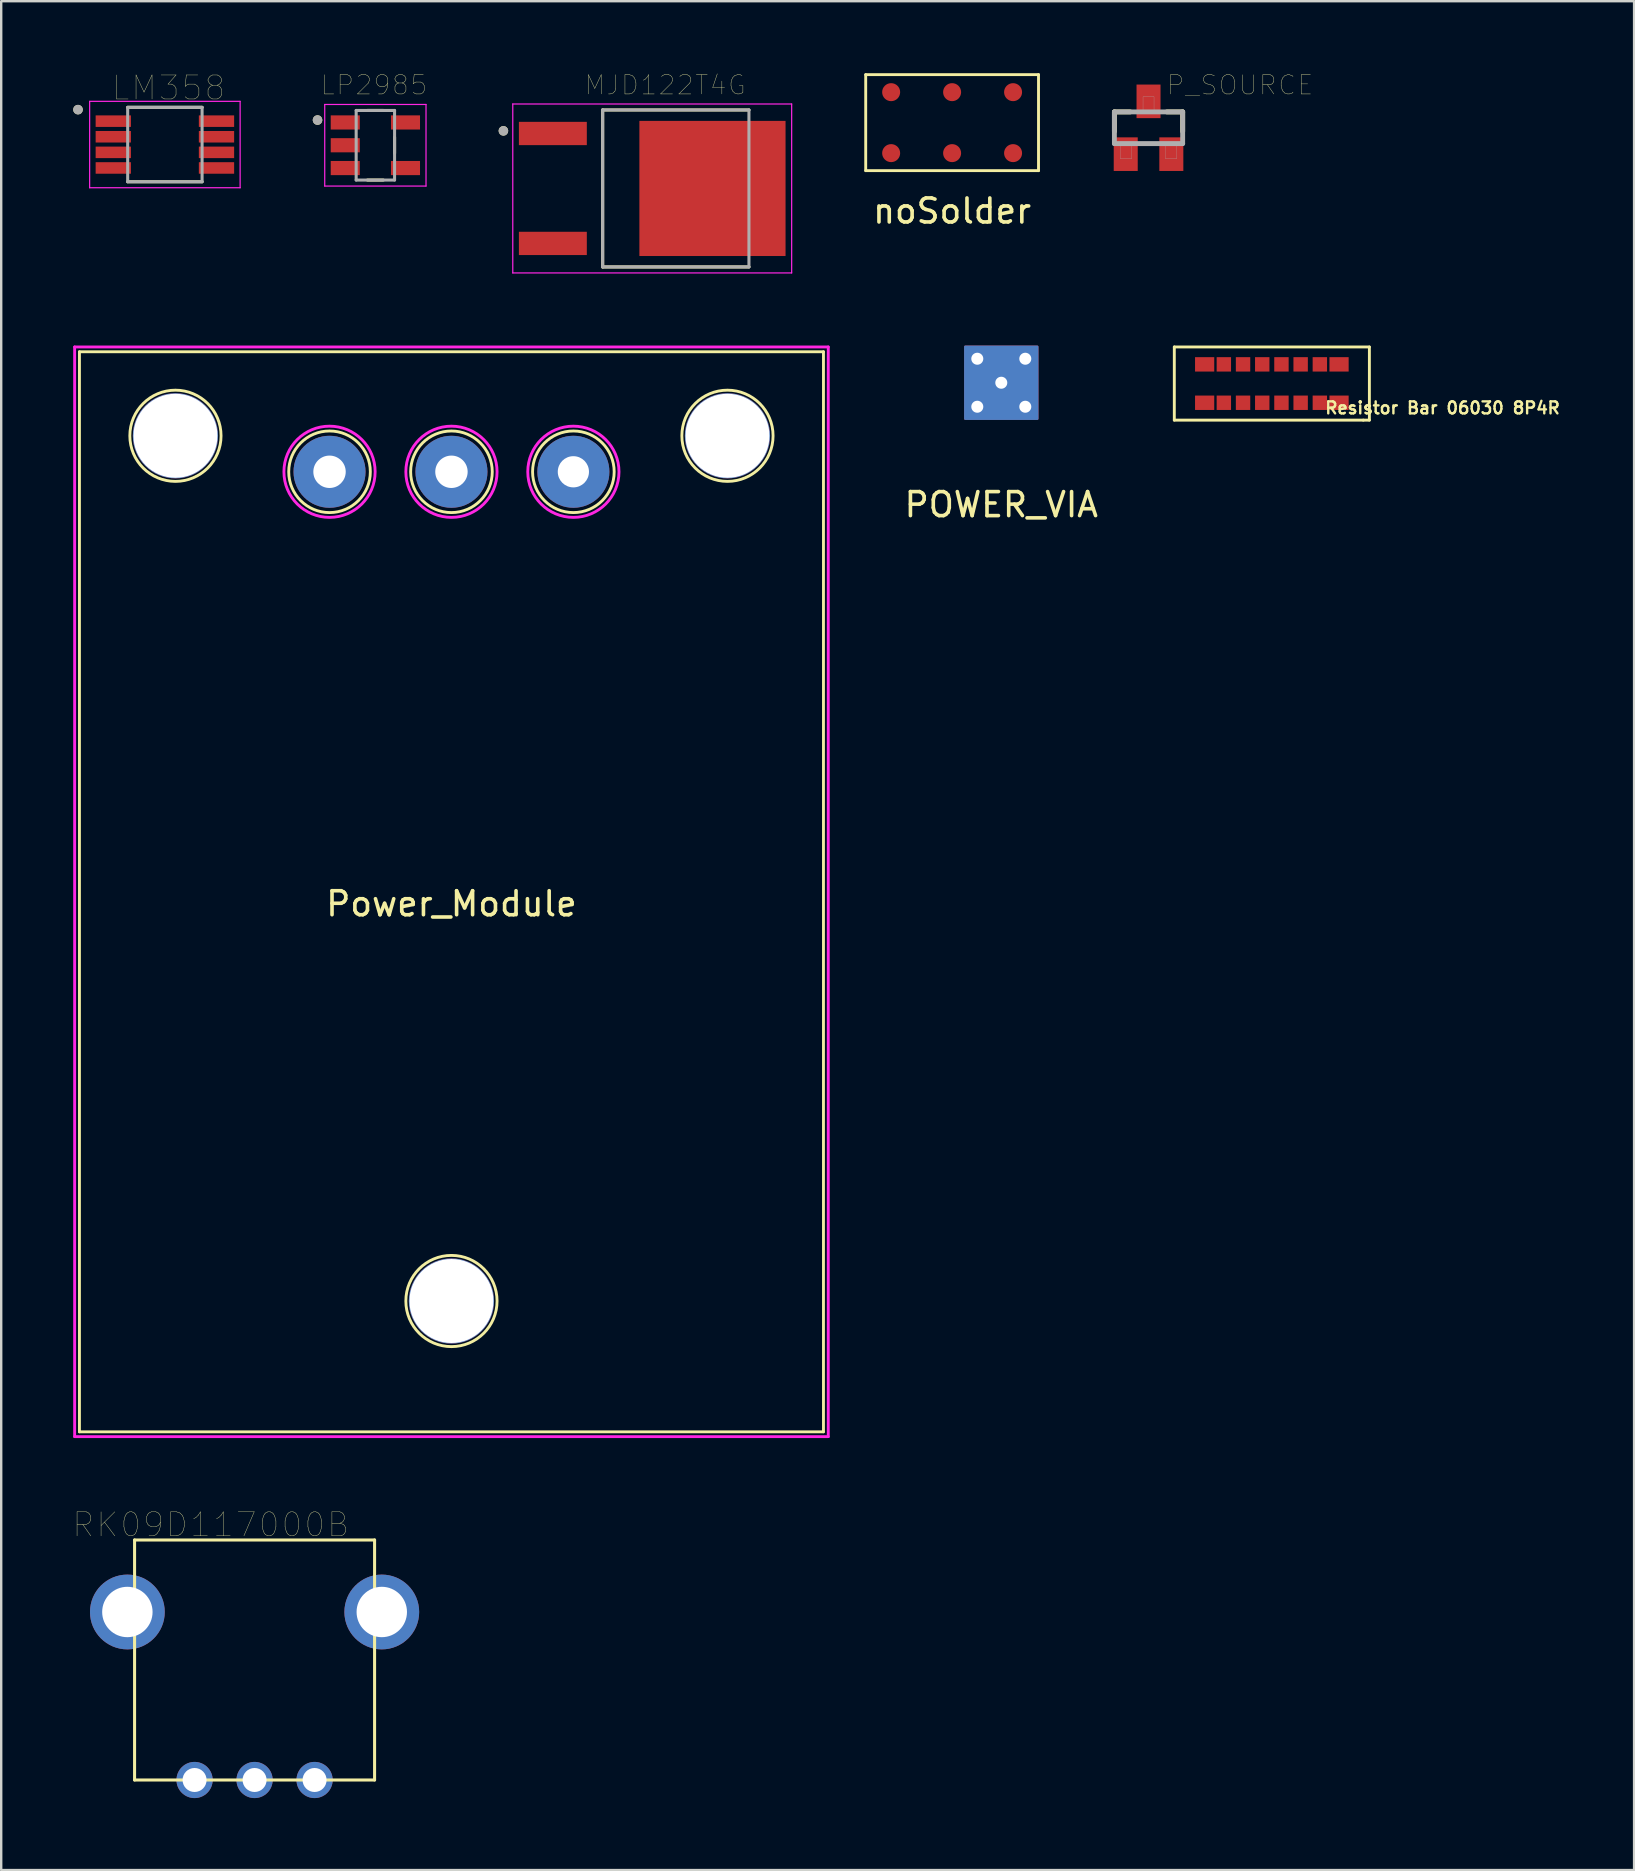
<source format=kicad_pcb>
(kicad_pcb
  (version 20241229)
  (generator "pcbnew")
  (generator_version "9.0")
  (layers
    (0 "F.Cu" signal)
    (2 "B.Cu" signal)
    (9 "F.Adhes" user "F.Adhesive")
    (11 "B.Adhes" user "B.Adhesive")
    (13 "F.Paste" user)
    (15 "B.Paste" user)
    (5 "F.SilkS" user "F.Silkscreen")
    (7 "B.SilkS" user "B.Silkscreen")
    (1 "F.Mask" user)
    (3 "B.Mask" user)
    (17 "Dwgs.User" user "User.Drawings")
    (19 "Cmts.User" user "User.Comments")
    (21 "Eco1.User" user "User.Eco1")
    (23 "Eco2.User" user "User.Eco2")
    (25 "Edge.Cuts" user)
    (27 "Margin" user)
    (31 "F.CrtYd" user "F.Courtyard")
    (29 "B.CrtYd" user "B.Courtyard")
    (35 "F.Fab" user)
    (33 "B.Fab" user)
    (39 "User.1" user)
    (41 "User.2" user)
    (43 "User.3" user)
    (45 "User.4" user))
  (footprint "LM358"
    (layer "F.Cu")
    (at 3.82 2.973)
    (property "Reference" "LM358" (at 0.155 -2.362 0) (layer "F.SilkS") (effects (font (size 1 1) (thickness 0.015))))
    (attr through_hole)
    (fp_line (start -1.55 -1.55) (end 1.55 -1.55) (stroke (width 0.127) (type solid)) (layer "F.SilkS"))
    (fp_line (start -1.55 1.55) (end 1.55 1.55) (stroke (width 0.127) (type solid)) (layer "F.SilkS"))
    (fp_circle (center -3.62 -1.455) (end -3.52 -1.455) (stroke (width 0.2) (type solid)) (fill no) (layer "F.SilkS"))
    (fp_line (start -3.135 -1.8) (end -3.135 1.8) (stroke (width 0.05) (type solid)) (layer "F.CrtYd"))
    (fp_line (start -3.135 -1.8) (end 3.135 -1.8) (stroke (width 0.05) (type solid)) (layer "F.CrtYd"))
    (fp_line (start -3.135 1.8) (end 3.135 1.8) (stroke (width 0.05) (type solid)) (layer "F.CrtYd"))
    (fp_line (start 3.135 -1.8) (end 3.135 1.8) (stroke (width 0.05) (type solid)) (layer "F.CrtYd"))
    (fp_line (start -1.55 -1.55) (end -1.55 1.55) (stroke (width 0.127) (type solid)) (layer "F.Fab"))
    (fp_line (start -1.55 -1.55) (end 1.55 -1.55) (stroke (width 0.127) (type solid)) (layer "F.Fab"))
    (fp_line (start -1.55 1.55) (end 1.55 1.55) (stroke (width 0.127) (type solid)) (layer "F.Fab"))
    (fp_line (start 1.55 -1.55) (end 1.55 1.55) (stroke (width 0.127) (type solid)) (layer "F.Fab"))
    (fp_circle (center -3.62 -1.455) (end -3.52 -1.455) (stroke (width 0.2) (type solid)) (fill no) (layer "F.Fab"))
    (pad "1" smd rect (at -2.15 -0.975) (size 1.47 0.48) (layers "F.Cu" "F.Mask" "F.Paste"))
    (pad "2" smd rect (at -2.15 -0.325) (size 1.47 0.48) (layers "F.Cu" "F.Mask" "F.Paste"))
    (pad "3" smd rect (at -2.15 0.325) (size 1.47 0.48) (layers "F.Cu" "F.Mask" "F.Paste"))
    (pad "4" smd rect (at -2.15 0.975) (size 1.47 0.48) (layers "F.Cu" "F.Mask" "F.Paste"))
    (pad "5" smd rect (at 2.15 0.975) (size 1.47 0.48) (layers "F.Cu" "F.Mask" "F.Paste"))
    (pad "6" smd rect (at 2.15 0.325) (size 1.47 0.48) (layers "F.Cu" "F.Mask" "F.Paste"))
    (pad "7" smd rect (at 2.15 -0.325) (size 1.47 0.48) (layers "F.Cu" "F.Mask" "F.Paste"))
    (pad "8" smd rect (at 2.15 -0.975) (size 1.47 0.48) (layers "F.Cu" "F.Mask" "F.Paste")))
  (footprint "Power_Module"
    (layer "F.Cu")
    (at 15.76 34.107)
    (property "Reference" "Power_Module" (at 0 0.5 0) (layer "F.SilkS") (effects (font (size 1 1) (thickness 0.15))))
    (attr through_hole)
    (fp_line (start -15.5 -22.5) (end 15.5 -22.5) (stroke (width 0.12) (type solid)) (layer "F.SilkS"))
    (fp_line (start -15.5 22.5) (end -15.5 -22.5) (stroke (width 0.12) (type solid)) (layer "F.SilkS"))
    (fp_line (start -15.5 22.5) (end 15.5 22.5) (stroke (width 0.12) (type solid)) (layer "F.SilkS"))
    (fp_line (start 15.5 -22.5) (end 15.5 22.5) (stroke (width 0.12) (type solid)) (layer "F.SilkS"))
    (fp_circle (center -11.5 -19) (end -9.6 -19) (stroke (width 0.12) (type solid)) (fill no) (layer "F.SilkS"))
    (fp_circle (center -5.08 -17.5) (end -3.38 -17.5) (stroke (width 0.12) (type solid)) (fill no) (layer "F.SilkS"))
    (fp_circle (center 0 -17.5) (end 1.7 -17.5) (stroke (width 0.12) (type solid)) (fill no) (layer "F.SilkS"))
    (fp_circle (center 0 17.05) (end 1.9 17.05) (stroke (width 0.12) (type solid)) (fill no) (layer "F.SilkS"))
    (fp_circle (center 5.08 -17.5) (end 6.78 -17.5) (stroke (width 0.12) (type solid)) (fill no) (layer "F.SilkS"))
    (fp_circle (center 11.5 -19) (end 13.4 -19) (stroke (width 0.12) (type solid)) (fill no) (layer "F.SilkS"))
    (fp_line (start -15.7 -22.7) (end -15.7 22.7) (stroke (width 0.12) (type solid)) (layer "F.CrtYd"))
    (fp_line (start -15.7 -22.7) (end 15.7 -22.7) (stroke (width 0.12) (type solid)) (layer "F.CrtYd"))
    (fp_line (start -15.7 22.7) (end 15.7 22.7) (stroke (width 0.12) (type solid)) (layer "F.CrtYd"))
    (fp_line (start 15.7 22.7) (end 15.7 -22.7) (stroke (width 0.12) (type solid)) (layer "F.CrtYd"))
    (fp_circle (center -5.08 -17.5) (end -3.18 -17.5) (stroke (width 0.12) (type solid)) (fill no) (layer "F.CrtYd"))
    (fp_circle (center 0 -17.5) (end 1.9 -17.5) (stroke (width 0.12) (type solid)) (fill no) (layer "F.CrtYd"))
    (fp_circle (center 5.08 -17.5) (end 6.98 -17.5) (stroke (width 0.12) (type solid)) (fill no) (layer "F.CrtYd"))
    (pad "" np_thru_hole circle (at -11.5 -19) (size 3.55 3.55) (drill 3.5) (layers "*.Cu" "*.Mask"))
    (pad "" np_thru_hole circle (at 0 17.05) (size 3.55 3.55) (drill 3.5) (layers "*.Cu" "*.Mask"))
    (pad "" np_thru_hole circle (at 11.5 -19) (size 3.55 3.55) (drill 3.5) (layers "*.Cu" "*.Mask"))
    (pad "1" thru_hole circle (at 5.08 -17.5) (size 3 3) (drill 1.3) (layers "*.Cu" "*.Mask"))
    (pad "2" thru_hole circle (at 0 -17.5) (size 3 3) (drill 1.35) (layers "*.Cu" "*.Mask"))
    (pad "3" thru_hole circle (at -5.08 -17.5) (size 3 3) (drill 1.35) (layers "*.Cu" "*.Mask")))
  (footprint "RK09D117000B"
    (layer "F.Cu")
    (at 7.557 71.114)
    (property "Reference" "RK09D117000B" (at -1.825 -10.635 0) (layer "F.SilkS") (effects (font (size 1 1) (thickness 0.015))))
    (attr through_hole)
    (fp_line (start -5 -10) (end 5 -10) (stroke (width 0.127) (type solid)) (layer "F.SilkS"))
    (fp_line (start -5 0) (end -5 -10) (stroke (width 0.127) (type solid)) (layer "F.SilkS"))
    (fp_line (start 5 -10) (end 5 0) (stroke (width 0.127) (type solid)) (layer "F.SilkS"))
    (fp_line (start 5 0) (end -5 0) (stroke (width 0.127) (type solid)) (layer "F.SilkS"))
    (pad "1" thru_hole circle (at -2.5 0) (size 1.508 1.508) (drill 1) (layers "*.Cu" "*.Mask"))
    (pad "2" thru_hole circle (at 0 0) (size 1.508 1.508) (drill 1) (layers "*.Cu" "*.Mask"))
    (pad "3" thru_hole circle (at 2.5 0) (size 1.508 1.508) (drill 1) (layers "*.Cu" "*.Mask"))
    (pad "K1" thru_hole circle (at -5.3 -7) (size 3.116 3.116) (drill 2.1) (layers "*.Cu" "*.Mask"))
    (pad "K2" thru_hole circle (at 5.3 -7) (size 3.116 3.116) (drill 2.1) (layers "*.Cu" "*.Mask")))
  (footprint "Resistor Bar 06030 8P4R"
    (layer "F.Cu")
    (at 49.942 12.931)
    (property "Reference" "Resistor Bar 06030 8P4R" (at 7.112 1.016 0) (layer "F.SilkS") (effects (font (size 0.5 0.5) (thickness 0.1))))
    (attr through_hole)
    (fp_line (start -4.064 -1.524) (end -4.064 1.524) (stroke (width 0.12) (type solid)) (layer "F.SilkS"))
    (fp_line (start -4.064 1.524) (end 3.81 1.524) (stroke (width 0.12) (type solid)) (layer "F.SilkS"))
    (fp_line (start 3.81 1.524) (end 4.064 1.524) (stroke (width 0.12) (type solid)) (layer "F.SilkS"))
    (fp_line (start 4.064 -1.524) (end -4.064 -1.524) (stroke (width 0.12) (type solid)) (layer "F.SilkS"))
    (fp_line (start 4.064 1.524) (end 4.064 -1.524) (stroke (width 0.12) (type solid)) (layer "F.SilkS"))
    (pad "1" smd rect (at -2.8 0.8) (size 0.8 0.6) (layers "F.Cu" "F.Mask" "F.Paste"))
    (pad "2" smd rect (at -2 0.8) (size 0.6 0.6) (layers "F.Cu" "F.Mask" "F.Paste"))
    (pad "3" smd rect (at -1.2 0.8) (size 0.6 0.6) (layers "F.Cu" "F.Mask" "F.Paste"))
    (pad "4" smd rect (at -0.4 0.8) (size 0.6 0.6) (layers "F.Cu" "F.Mask" "F.Paste"))
    (pad "5" smd rect (at 0.4 0.8) (size 0.6 0.6) (layers "F.Cu" "F.Mask" "F.Paste"))
    (pad "6" smd rect (at 1.2 0.8) (size 0.6 0.6) (layers "F.Cu" "F.Mask" "F.Paste"))
    (pad "7" smd rect (at 2 0.8) (size 0.6 0.6) (layers "F.Cu" "F.Mask" "F.Paste"))
    (pad "8" smd rect (at 2.8 0.8) (size 0.8 0.6) (layers "F.Cu" "F.Mask" "F.Paste"))
    (pad "9" smd rect (at 2.8 -0.8) (size 0.8 0.6) (layers "F.Cu" "F.Mask" "F.Paste"))
    (pad "10" smd rect (at 2 -0.8) (size 0.6 0.6) (layers "F.Cu" "F.Mask" "F.Paste"))
    (pad "11" smd rect (at 1.2 -0.8) (size 0.6 0.6) (layers "F.Cu" "F.Mask" "F.Paste"))
    (pad "12" smd rect (at 0.4 -0.8) (size 0.6 0.6) (layers "F.Cu" "F.Mask" "F.Paste"))
    (pad "13" smd rect (at -0.4 -0.8) (size 0.6 0.6) (layers "F.Cu" "F.Mask" "F.Paste"))
    (pad "14" smd rect (at -1.2 -0.8) (size 0.6 0.6) (layers "F.Cu" "F.Mask" "F.Paste"))
    (pad "15" smd rect (at -2 -0.8) (size 0.6 0.6) (layers "F.Cu" "F.Mask" "F.Paste"))
    (pad "16" smd rect (at -2.8 -0.8) (size 0.8 0.6) (layers "F.Cu" "F.Mask" "F.Paste")))
  (footprint "LP2985"
    (layer "F.Cu")
    (at 12.59 3.002)
    (property "Reference" "LP2985" (at -0.06 -2.508 0) (layer "F.SilkS") (effects (font (size 0.8 0.8) (thickness 0.015))))
    (attr through_hole)
    (fp_line (start -0.33 -1.45) (end 0.33 -1.45) (stroke (width 0.127) (type solid)) (layer "F.SilkS"))
    (fp_line (start 0.33 1.45) (end -0.33 1.45) (stroke (width 0.127) (type solid)) (layer "F.SilkS"))
    (fp_line (start 0.8 -0.335) (end 0.8 0.335) (stroke (width 0.127) (type solid)) (layer "F.SilkS"))
    (fp_circle (center -2.41 -1.05) (end -2.31 -1.05) (stroke (width 0.2) (type solid)) (fill no) (layer "F.SilkS"))
    (fp_line (start -2.11 -1.7) (end 2.11 -1.7) (stroke (width 0.05) (type solid)) (layer "F.CrtYd"))
    (fp_line (start -2.11 1.7) (end -2.11 -1.7) (stroke (width 0.05) (type solid)) (layer "F.CrtYd"))
    (fp_line (start 2.11 -1.7) (end 2.11 1.7) (stroke (width 0.05) (type solid)) (layer "F.CrtYd"))
    (fp_line (start 2.11 1.7) (end -2.11 1.7) (stroke (width 0.05) (type solid)) (layer "F.CrtYd"))
    (fp_line (start -0.8 -1.45) (end 0.8 -1.45) (stroke (width 0.127) (type solid)) (layer "F.Fab"))
    (fp_line (start -0.8 1.45) (end -0.8 -1.45) (stroke (width 0.127) (type solid)) (layer "F.Fab"))
    (fp_line (start 0.8 -1.45) (end 0.8 1.45) (stroke (width 0.127) (type solid)) (layer "F.Fab"))
    (fp_line (start 0.8 1.45) (end -0.8 1.45) (stroke (width 0.127) (type solid)) (layer "F.Fab"))
    (fp_circle (center -2.41 -1.05) (end -2.31 -1.05) (stroke (width 0.2) (type solid)) (fill no) (layer "F.Fab"))
    (pad "1" smd rect (at -1.255 -0.95) (size 1.21 0.59) (layers "F.Cu" "F.Mask" "F.Paste"))
    (pad "2" smd rect (at -1.255 0) (size 1.21 0.59) (layers "F.Cu" "F.Mask" "F.Paste"))
    (pad "3" smd rect (at -1.255 0.95) (size 1.21 0.59) (layers "F.Cu" "F.Mask" "F.Paste"))
    (pad "4" smd rect (at 1.255 0.95) (size 1.21 0.59) (layers "F.Cu" "F.Mask" "F.Paste"))
    (pad "5" smd rect (at 1.255 -0.95) (size 1.21 0.59) (layers "F.Cu" "F.Mask" "F.Paste")))
  (footprint "MJD122T4G"
    (layer "F.Cu")
    (at 24.125 4.802)
    (property "Reference" "MJD122T4G" (at 0.54 -4.308 0) (layer "F.SilkS") (effects (font (size 0.8 0.8) (thickness 0.015))))
    (attr through_hole)
    (fp_line (start -2.065 -3.27) (end -2.065 3.27) (stroke (width 0.127) (type solid)) (layer "F.SilkS"))
    (fp_line (start -2.065 3.27) (end 4.03 3.27) (stroke (width 0.127) (type solid)) (layer "F.SilkS"))
    (fp_line (start 4.03 -3.27) (end -2.065 -3.27) (stroke (width 0.127) (type solid)) (layer "F.SilkS"))
    (fp_circle (center -6.2 -2.4) (end -6.1 -2.4) (stroke (width 0.2) (type solid)) (fill no) (layer "F.SilkS"))
    (fp_poly (pts (xy -0.175 -2.28) (xy 1.135 -2.28) (xy 1.135 -0.54) (xy -0.175 -0.54)) (stroke (width 0.01) (type solid)) (fill yes) (layer "F.Paste"))
    (fp_poly (pts (xy -0.175 0.54) (xy 1.135 0.54) (xy 1.135 2.28) (xy -0.175 2.28)) (stroke (width 0.01) (type solid)) (fill yes) (layer "F.Paste"))
    (fp_poly (pts (xy 1.855 -2.28) (xy 3.165 -2.28) (xy 3.165 -0.54) (xy 1.855 -0.54)) (stroke (width 0.01) (type solid)) (fill yes) (layer "F.Paste"))
    (fp_poly (pts (xy 1.855 0.54) (xy 3.165 0.54) (xy 3.165 2.28) (xy 1.855 2.28)) (stroke (width 0.01) (type solid)) (fill yes) (layer "F.Paste"))
    (fp_poly (pts (xy 3.885 -2.28) (xy 5.195 -2.28) (xy 5.195 -0.54) (xy 3.885 -0.54)) (stroke (width 0.01) (type solid)) (fill yes) (layer "F.Paste"))
    (fp_poly (pts (xy 3.885 0.54) (xy 5.195 0.54) (xy 5.195 2.28) (xy 3.885 2.28)) (stroke (width 0.01) (type solid)) (fill yes) (layer "F.Paste"))
    (fp_line (start -5.81 -3.52) (end -5.81 3.52) (stroke (width 0.05) (type solid)) (layer "F.CrtYd"))
    (fp_line (start -5.81 3.52) (end 5.81 3.52) (stroke (width 0.05) (type solid)) (layer "F.CrtYd"))
    (fp_line (start 5.81 -3.52) (end -5.81 -3.52) (stroke (width 0.05) (type solid)) (layer "F.CrtYd"))
    (fp_line (start 5.81 3.52) (end 5.81 -3.52) (stroke (width 0.05) (type solid)) (layer "F.CrtYd"))
    (fp_line (start -2.065 -3.27) (end -2.065 3.27) (stroke (width 0.127) (type solid)) (layer "F.Fab"))
    (fp_line (start -2.065 3.27) (end 4.03 3.27) (stroke (width 0.127) (type solid)) (layer "F.Fab"))
    (fp_line (start 4.03 -3.27) (end -2.065 -3.27) (stroke (width 0.127) (type solid)) (layer "F.Fab"))
    (fp_line (start 4.03 3.27) (end 4.03 -3.27) (stroke (width 0.127) (type solid)) (layer "F.Fab"))
    (fp_circle (center -6.2 -2.4) (end -6.1 -2.4) (stroke (width 0.2) (type solid)) (fill no) (layer "F.Fab"))
    (pad "1" smd rect (at -4.14 -2.29) (size 2.83 0.97) (layers "F.Cu" "F.Mask" "F.Paste"))
    (pad "2" smd rect (at 2.51 0) (size 6.09 5.63) (layers "F.Cu" "F.Mask"))
    (pad "3" smd rect (at -4.14 2.29) (size 2.83 0.97) (layers "F.Cu" "F.Mask" "F.Paste")))
  (footprint "P_SOURCE"
    (layer "F.Cu")
    (at 44.804 2.273)
    (property "Reference" "P_SOURCE" (at 3.811 -1.778 0) (layer "F.SilkS") (effects (font (size 0.8 0.8) (thickness 0.015))))
    (attr through_hole)
    (fp_line (start -1.422 -0.66) (end -0.764 -0.66) (stroke (width 0.203) (type solid)) (layer "F.SilkS"))
    (fp_line (start -1.422 0.152) (end -1.422 -0.66) (stroke (width 0.203) (type solid)) (layer "F.SilkS"))
    (fp_line (start 0.764 -0.66) (end 1.422 -0.66) (stroke (width 0.203) (type solid)) (layer "F.SilkS"))
    (fp_line (start 1.422 -0.66) (end 1.422 0.152) (stroke (width 0.203) (type solid)) (layer "F.SilkS"))
    (fp_line (start -1.422 -0.66) (end 1.422 -0.66) (stroke (width 0.203) (type solid)) (layer "F.Fab"))
    (fp_line (start -1.422 0.66) (end -1.422 -0.66) (stroke (width 0.203) (type solid)) (layer "F.Fab"))
    (fp_line (start 1.422 -0.66) (end 1.422 0.66) (stroke (width 0.203) (type solid)) (layer "F.Fab"))
    (fp_line (start 1.422 0.66) (end -1.422 0.66) (stroke (width 0.203) (type solid)) (layer "F.Fab"))
    (fp_poly (pts (xy -1.169 0.711) (xy -0.711 0.711) (xy -0.711 1.297) (xy -1.169 1.297)) (stroke (width 0.01) (type solid)) (fill no) (layer "F.Fab"))
    (fp_poly (pts (xy -0.229 -1.295) (xy 0.229 -1.295) (xy 0.229 -0.712) (xy -0.229 -0.712)) (stroke (width 0.01) (type solid)) (fill no) (layer "F.Fab"))
    (fp_poly (pts (xy 0.712 0.711) (xy 1.168 0.711) (xy 1.168 1.297) (xy 0.712 1.297)) (stroke (width 0.01) (type solid)) (fill no) (layer "F.Fab"))
    (pad "1" smd rect (at -0.95 1.1) (size 1 1.4) (layers "F.Cu" "F.Mask" "F.Paste"))
    (pad "2" smd rect (at 0.95 1.1) (size 1 1.4) (layers "F.Cu" "F.Mask" "F.Paste"))
    (pad "3" smd rect (at 0 -1.1) (size 1 1.4) (layers "F.Cu" "F.Mask" "F.Paste")))
  (footprint "noSolder"
    (layer "F.Cu")
    (at 36.62 2.06)
    (property "Reference" "noSolder" (at 0 3.683 0) (layer "F.SilkS") (effects (font (size 1 1) (thickness 0.15))))
    (attr through_hole)
    (fp_line (start -3.6 -2) (end 3.6 -2) (stroke (width 0.12) (type solid)) (layer "F.SilkS"))
    (fp_line (start -3.6 2) (end -3.6 -2) (stroke (width 0.12) (type solid)) (layer "F.SilkS"))
    (fp_line (start 3.6 -2) (end 3.6 2) (stroke (width 0.12) (type solid)) (layer "F.SilkS"))
    (fp_line (start 3.6 2) (end -3.6 2) (stroke (width 0.12) (type solid)) (layer "F.SilkS"))
    (pad "1" smd circle (at -2.54 1.27) (size 0.75 0.75) (layers "F.Cu" "F.Mask"))
    (pad "2" smd circle (at -2.54 -1.27) (size 0.75 0.75) (layers "F.Cu" "F.Mask"))
    (pad "3" smd circle (at 0 1.27) (size 0.75 0.75) (layers "F.Cu" "F.Mask"))
    (pad "4" smd circle (at 0 -1.27) (size 0.75 0.75) (layers "F.Cu" "F.Mask"))
    (pad "5" smd circle (at 2.54 1.27) (size 0.75 0.75) (layers "F.Cu" "F.Mask"))
    (pad "6" smd circle (at 2.54 -1.27) (size 0.75 0.75) (layers "F.Cu" "F.Mask")))
  (footprint "POWER_VIA"
    (layer "F.Cu")
    (at 38.669 12.897)
    (property "Reference" "POWER_VIA" (at 0 5.08 0) (layer "F.SilkS") (effects (font (size 1 1) (thickness 0.15))))
    (attr through_hole)
    (fp_poly (pts (xy 1.5 1.5) (xy -1.5 1.5) (xy -1.5 -1.5) (xy 1.5 -1.5)) (stroke (width 0.1) (type solid)) (fill yes) (layer "F.Cu"))
    (fp_poly (pts (xy 1.5 1.5) (xy -1.5 1.5) (xy -1.5 -1.5) (xy 1.5 -1.5)) (stroke (width 0.1) (type solid)) (fill yes) (layer "B.Cu"))
    (pad "1" thru_hole circle (at -1 -1) (size 0.75 0.75) (drill 0.5) (layers "*.Cu" "*.Mask"))
    (pad "1" thru_hole circle (at -1 1) (size 0.75 0.75) (drill 0.5) (layers "*.Cu" "*.Mask"))
    (pad "1" thru_hole circle (at 0 0) (size 0.75 0.75) (drill 0.5) (layers "*.Cu" "*.Mask"))
    (pad "1" thru_hole circle (at 1 -1) (size 0.75 0.75) (drill 0.5) (layers "*.Cu" "*.Mask"))
    (pad "1" thru_hole circle (at 1 1) (size 0.75 0.75) (drill 0.5) (layers "*.Cu" "*.Mask")))
  (gr_rect
    (start -3 -3)
    (end 65.035 74.868)
    (stroke (width 0.1) (type default))
    (fill no)
    (layer "Edge.Cuts")))
</source>
